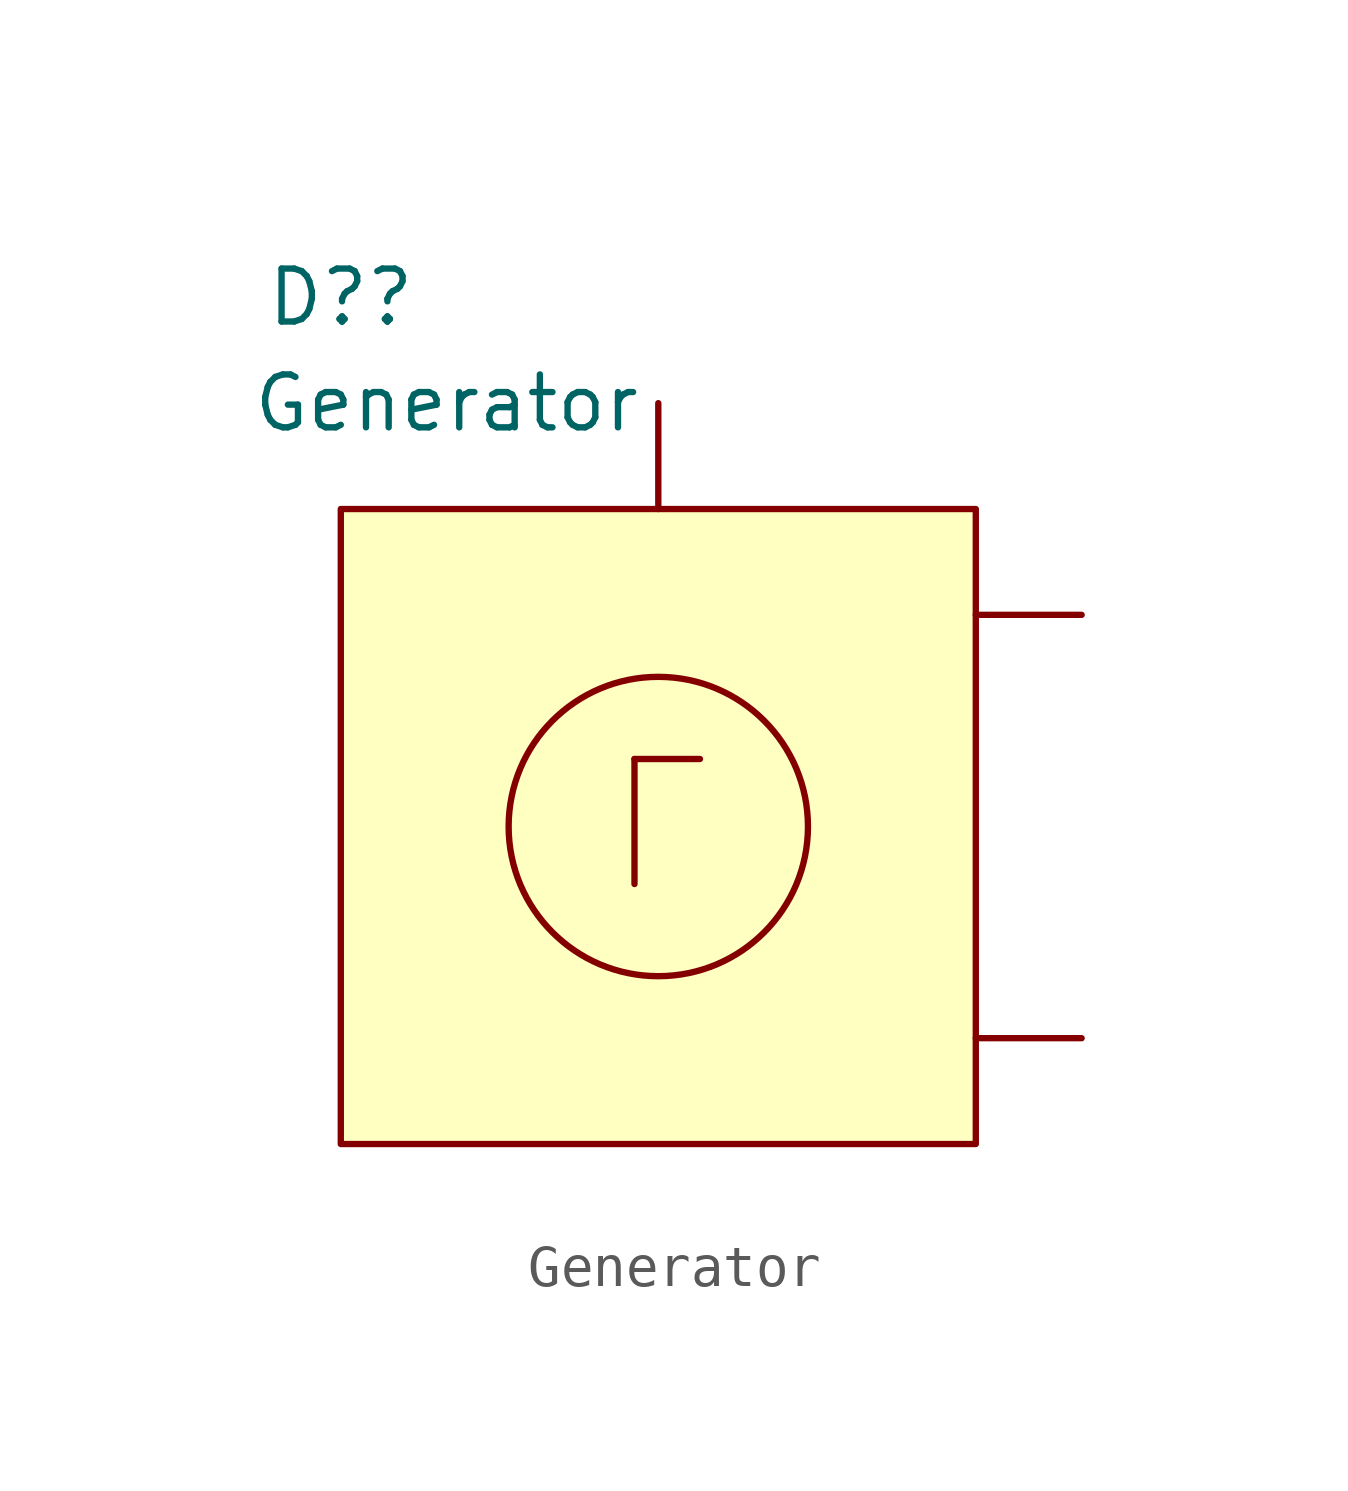
<source format=kicad_sym>
(kicad_symbol_lib
  (version 20211014)
  (generator kicad_symbol_editor)
  (symbol "Generator"
    (property "Reference" "D?"
      (at -7.62 12.7 0)
      (effects (font (size 1.27 1.27))))
    (property "Value" "Generator"
      (at -5.08 10.16 0)
      (effects (font (size 1.27 1.27))))
    (symbol "Generator_0_0"
      (text "Г" (at 0 0 0) (effects (font (size 3 3)))))
    (symbol "Generator_0_1"
      (rectangle (start -7.62 7.62) (end 7.62 -7.62) (stroke (width 0) (type default) (color 0 0 0 0)) (fill (type background)))
      (circle (center 0 0) (radius 3.592) (stroke (width 0) (type default) (color 0 0 0 0)) (fill (type none))))
    (symbol "Generator_1_1"
      (pin input line (at 0 10.16 270) (length 2.54) (name "" (effects (font (size 1.27 1.27)))) (number "" (effects (font (size 1.27 1.27)))))
      (pin input line (at 10.16 -5.08 180) (length 2.54) (name "" (effects (font (size 1.27 1.27)))) (number "" (effects (font (size 1.27 1.27)))))
      (pin input line (at 10.16 5.08 180) (length 2.54) (name "" (effects (font (size 1.27 1.27)))) (number "" (effects (font (size 1.27 1.27))))))))
</source>
